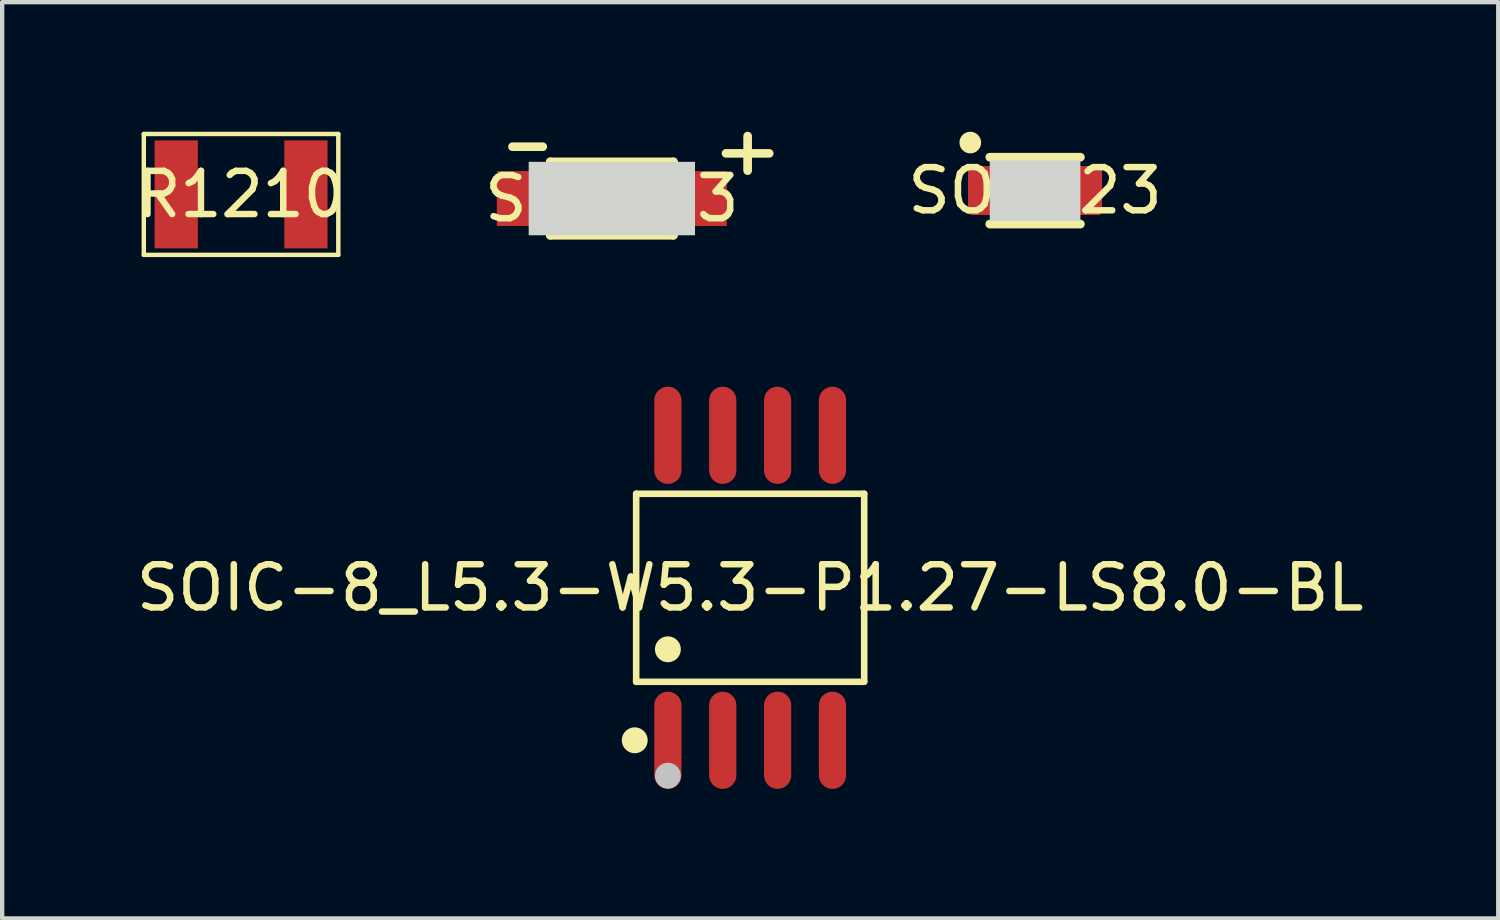
<source format=kicad_pcb>
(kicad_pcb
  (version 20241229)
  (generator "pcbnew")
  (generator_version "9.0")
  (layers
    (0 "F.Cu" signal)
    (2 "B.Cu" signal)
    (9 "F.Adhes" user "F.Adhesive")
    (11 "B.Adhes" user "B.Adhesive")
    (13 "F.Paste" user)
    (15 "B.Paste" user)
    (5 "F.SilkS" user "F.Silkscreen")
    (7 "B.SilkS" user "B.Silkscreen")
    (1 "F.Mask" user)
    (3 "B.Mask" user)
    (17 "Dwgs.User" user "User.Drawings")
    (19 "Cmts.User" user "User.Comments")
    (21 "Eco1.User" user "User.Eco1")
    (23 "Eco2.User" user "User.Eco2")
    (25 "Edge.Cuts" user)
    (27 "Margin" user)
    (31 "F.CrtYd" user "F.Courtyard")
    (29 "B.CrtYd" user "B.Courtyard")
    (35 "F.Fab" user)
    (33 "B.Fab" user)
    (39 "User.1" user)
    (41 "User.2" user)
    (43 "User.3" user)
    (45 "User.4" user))
  (footprint "SOD323"
    (layer "F.Cu")
    (at 20.91 1.363)
    (property "Reference" "SOD323" (at 0 0 0) (layer "F.SilkS") (effects (font (size 1 1) (thickness 0.15))))
    (fp_poly (pts (arc (start -1.5495 0.4625) (mid -1.52065 0.533382) (end -1.4505 0.564)) (arc (start -0.348 0.564) (mid -0.277549 0.533683) (end -0.249 0.4625)) (arc (start -0.249 -0.4625) (mid -0.27785 -0.533382) (end -0.348 -0.564)) (arc (start -1.4505 -0.564) (mid -1.520951 -0.533683) (end -1.5495 -0.4625))) (stroke (width 0) (type default)) (fill yes) (layer "F.Cu"))
    (fp_poly (pts (arc (start -1.5495 0.4625) (mid -1.52065 0.533382) (end -1.4505 0.564)) (arc (start -0.348 0.564) (mid -0.277549 0.533683) (end -0.249 0.4625)) (arc (start -0.249 -0.4625) (mid -0.27785 -0.533382) (end -0.348 -0.564)) (arc (start -1.4505 -0.564) (mid -1.520951 -0.533683) (end -1.5495 -0.4625))) (stroke (width 0) (type default)) (fill yes) (layer "F.Cu"))
    (fp_poly (pts (arc (start 0.249 0.4625) (mid 0.27785 0.533382) (end 0.348 0.564)) (arc (start 1.4505 0.564) (mid 1.520951 0.533683) (end 1.5495 0.4625)) (arc (start 1.5495 -0.4625) (mid 1.52065 -0.533382) (end 1.4505 -0.564)) (arc (start 0.348 -0.564) (mid 0.277549 -0.533683) (end 0.249 -0.4625))) (stroke (width 0) (type default)) (fill yes) (layer "F.Cu"))
    (fp_poly (pts (arc (start 0.249 0.4625) (mid 0.27785 0.533382) (end 0.348 0.564)) (arc (start 1.4505 0.564) (mid 1.520951 0.533683) (end 1.5495 0.4625)) (arc (start 1.5495 -0.4625) (mid 1.52065 -0.533382) (end 1.4505 -0.564)) (arc (start 0.348 -0.564) (mid 0.277549 -0.533683) (end 0.249 -0.4625))) (stroke (width 0) (type default)) (fill yes) (layer "F.Cu"))
    (fp_line (start -1.049 -0.774) (end 1.049 -0.774) (stroke (width 0.201) (type default)) (layer "F.SilkS"))
    (fp_line (start -1.049 0.774) (end 1.049 0.774) (stroke (width 0.201) (type default)) (layer "F.SilkS"))
    (fp_circle (center -1.5 -1.113) (end -1.374 -1.113) (stroke (width 0.249) (type default)) (fill no) (layer "F.SilkS"))
    (fp_poly (pts (arc (start -1.5495 0.4625) (mid -1.52065 0.533382) (end -1.4505 0.564)) (arc (start -0.348 0.564) (mid -0.277549 0.533683) (end -0.249 0.4625)) (arc (start -0.249 -0.4625) (mid -0.27785 -0.533382) (end -0.348 -0.564)) (arc (start -1.4505 -0.564) (mid -1.520951 -0.533683) (end -1.5495 -0.4625))) (stroke (width 0) (type default)) (fill yes) (layer "F.Paste"))
    (fp_poly (pts (arc (start -1.5495 0.4625) (mid -1.52065 0.533382) (end -1.4505 0.564)) (arc (start -0.348 0.564) (mid -0.277549 0.533683) (end -0.249 0.4625)) (arc (start -0.249 -0.4625) (mid -0.27785 -0.533382) (end -0.348 -0.564)) (arc (start -1.4505 -0.564) (mid -1.520951 -0.533683) (end -1.5495 -0.4625))) (stroke (width 0) (type default)) (fill yes) (layer "F.Paste"))
    (fp_poly (pts (arc (start 0.249 0.4625) (mid 0.27785 0.533382) (end 0.348 0.564)) (arc (start 1.4505 0.564) (mid 1.520951 0.533683) (end 1.5495 0.4625)) (arc (start 1.5495 -0.4625) (mid 1.52065 -0.533382) (end 1.4505 -0.564)) (arc (start 0.348 -0.564) (mid 0.277549 -0.533683) (end 0.249 -0.4625))) (stroke (width 0) (type default)) (fill yes) (layer "F.Paste"))
    (fp_poly (pts (arc (start 0.249 0.4625) (mid 0.27785 0.533382) (end 0.348 0.564)) (arc (start 1.4505 0.564) (mid 1.520951 0.533683) (end 1.5495 0.4625)) (arc (start 1.5495 -0.4625) (mid 1.52065 -0.533382) (end 1.4505 -0.564)) (arc (start 0.348 -0.564) (mid 0.277549 -0.533683) (end 0.249 -0.4625))) (stroke (width 0) (type default)) (fill yes) (layer "F.Paste"))
    (fp_poly (pts (xy -1.049 0.701) (xy 1.049 0.701) (xy 1.049 -0.701) (xy -1.049 -0.701)) (stroke (width 0) (type default)) (fill yes) (layer "Edge.Cuts"))
    (fp_line (start -1.049 -0.625) (end -1.049 0.625) (stroke (width 0.201) (type default)) (layer "User.1"))
    (fp_line (start -1.049 -0.625) (end 1.049 -0.625) (stroke (width 0.201) (type default)) (layer "User.1"))
    (fp_line (start -1.049 0.625) (end 1.049 0.625) (stroke (width 0.201) (type default)) (layer "User.1"))
    (fp_line (start -0.95 -0.625) (end -0.95 0.625) (stroke (width 0.201) (type default)) (layer "User.1"))
    (fp_line (start -0.851 -0.625) (end -0.851 0.625) (stroke (width 0.201) (type default)) (layer "User.1"))
    (fp_line (start -0.75 -0.625) (end -0.75 0.625) (stroke (width 0.201) (type default)) (layer "User.1"))
    (fp_line (start -0.65 -0.625) (end -0.65 0.625) (stroke (width 0.201) (type default)) (layer "User.1"))
    (fp_line (start -0.551 -0.625) (end -0.551 0.625) (stroke (width 0.201) (type default)) (layer "User.1"))
    (fp_line (start 1.049 -0.625) (end 1.049 0.625) (stroke (width 0.201) (type default)) (layer "User.1"))
    (fp_poly (pts (xy -1.801 0.874) (xy 1.801 0.874) (xy 1.801 -0.874) (xy -1.801 -0.874)) (stroke (width 0.1) (type default)) (fill no) (layer "User.1"))
    (fp_poly (pts (xy -1.801 0.874) (xy 1.801 0.874) (xy 1.801 -0.874) (xy -1.801 -0.874)) (stroke (width 0.1) (type default)) (fill no) (layer "User.1"))
    (pad "1" smd custom (at 0.899 0 270) (size 0.000001 0.000001) (layers "F.Cu" "F.Mask" "F.Paste") (options (anchor circle)) (primitives (gr_poly (pts (xy 0.013 -0.006) (xy 0.013 0.006) (xy 0.006 0.013) (xy -0.006 0.013) (xy -0.013 0.006) (xy -0.013 -0.006) (xy -0.006 -0.013) (xy 0.006 -0.013)) (width 0) (fill yes))))
    (pad "2" smd custom (at -0.899 0 270) (size 0.000001 0.000001) (layers "F.Cu" "F.Mask" "F.Paste") (options (anchor circle)) (primitives (gr_poly (pts (xy 0.013 -0.006) (xy 0.013 0.006) (xy 0.006 0.013) (xy -0.006 0.013) (xy -0.013 0.006) (xy -0.013 -0.006) (xy -0.006 -0.013) (xy 0.006 -0.013)) (width 0) (fill yes)))))
  (footprint "SOD123"
    (layer "F.Cu")
    (at 11.113 1.546)
    (property "Reference" "SOD123" (at 0 0 0) (layer "F.SilkS") (effects (font (size 1 1) (thickness 0.15))))
    (fp_line (start -2.3 -1.2) (end -1.6 -1.2) (stroke (width 0.2) (type default)) (layer "F.SilkS"))
    (fp_line (start -1.425 -0.85) (end -1.425 0.85) (stroke (width 0.2) (type default)) (layer "F.SilkS"))
    (fp_line (start -1.425 -0.85) (end 1.425 -0.85) (stroke (width 0.2) (type default)) (layer "F.SilkS"))
    (fp_line (start -1.425 0.85) (end 1.425 0.85) (stroke (width 0.2) (type default)) (layer "F.SilkS"))
    (fp_line (start 1.425 -0.85) (end 1.425 0.85) (stroke (width 0.2) (type default)) (layer "F.SilkS"))
    (fp_line (start 2.643 -1.046) (end 3.643 -1.046) (stroke (width 0.2) (type default)) (layer "F.SilkS"))
    (fp_line (start 3.143 -1.446) (end 3.143 -0.646) (stroke (width 0.2) (type default)) (layer "F.SilkS"))
    (fp_poly (pts (xy -1.925 0.85) (xy 1.925 0.85) (xy 1.925 -0.85) (xy -1.925 -0.85)) (stroke (width 0) (type default)) (fill yes) (layer "Edge.Cuts"))
    (fp_line (start -1.925 -0.225) (end -1.925 0.225) (stroke (width 0.2) (type default)) (layer "User.1"))
    (fp_line (start -1.925 -0.225) (end -1.525 -0.225) (stroke (width 0.2) (type default)) (layer "User.1"))
    (fp_line (start -1.925 0.225) (end -1.525 0.225) (stroke (width 0.2) (type default)) (layer "User.1"))
    (fp_line (start -1.525 -0.225) (end -1.525 0.225) (stroke (width 0.2) (type default)) (layer "User.1"))
    (fp_line (start -1.425 -0.85) (end -1.425 0.85) (stroke (width 0.2) (type default)) (layer "User.1"))
    (fp_line (start -1.425 -0.85) (end 1.425 -0.85) (stroke (width 0.2) (type default)) (layer "User.1"))
    (fp_line (start -1.425 0.85) (end 1.425 0.85) (stroke (width 0.2) (type default)) (layer "User.1"))
    (fp_line (start -1.325 -0.85) (end -1.325 0.85) (stroke (width 0.2) (type default)) (layer "User.1"))
    (fp_line (start -1.225 -0.85) (end -1.225 0.85) (stroke (width 0.2) (type default)) (layer "User.1"))
    (fp_line (start -1.125 -0.85) (end -1.125 0.85) (stroke (width 0.2) (type default)) (layer "User.1"))
    (fp_line (start -1.025 -0.85) (end -1.025 0.85) (stroke (width 0.2) (type default)) (layer "User.1"))
    (fp_line (start -0.925 -0.85) (end -0.925 0.85) (stroke (width 0.2) (type default)) (layer "User.1"))
    (fp_line (start -0.825 -0.85) (end -0.825 0.85) (stroke (width 0.2) (type default)) (layer "User.1"))
    (fp_line (start -0.625 -0.85) (end -0.625 0.85) (stroke (width 0.2) (type default)) (layer "User.1"))
    (fp_line (start 1.425 -0.85) (end 1.425 0.85) (stroke (width 0.2) (type default)) (layer "User.1"))
    (fp_line (start 1.525 -0.225) (end 1.525 0.225) (stroke (width 0.2) (type default)) (layer "User.1"))
    (fp_line (start 1.525 -0.225) (end 1.925 -0.225) (stroke (width 0.2) (type default)) (layer "User.1"))
    (fp_line (start 1.525 0.225) (end 1.925 0.225) (stroke (width 0.2) (type default)) (layer "User.1"))
    (fp_line (start 1.925 -0.225) (end 1.925 0.225) (stroke (width 0.2) (type default)) (layer "User.1"))
    (fp_poly (pts (xy -2.125 0.95) (xy 2.125 0.95) (xy 2.125 -0.95) (xy -2.125 -0.95)) (stroke (width 0.1) (type default)) (fill no) (layer "User.1"))
    (fp_poly (pts (xy -2.125 0.95) (xy 2.125 0.95) (xy 2.125 -0.95) (xy -2.125 -0.95)) (stroke (width 0.1) (type default)) (fill no) (layer "User.1"))
    (pad "A" smd rect (at 1.9 0.001 270) (size 1.27 1.524) (layers "F.Cu" "F.Mask" "F.Paste"))
    (pad "C" smd rect (at -1.9 0.001 270) (size 1.27 1.524) (layers "F.Cu" "F.Mask" "F.Paste")))
  (footprint "R1210"
    (layer "F.Cu")
    (at 2.53 1.45)
    (property "Reference" "R1210" (at 0 0 0) (layer "F.SilkS") (effects (font (size 1 1) (thickness 0.15))))
    (fp_line (start -2.251 -1.399) (end -2.251 1.399) (stroke (width 0.102) (type default)) (layer "F.SilkS"))
    (fp_line (start 2.251 -1.399) (end -2.251 -1.399) (stroke (width 0.102) (type default)) (layer "F.SilkS"))
    (fp_line (start 2.251 -1.399) (end 2.251 1.399) (stroke (width 0.102) (type default)) (layer "F.SilkS"))
    (fp_line (start 2.251 1.399) (end -2.251 1.399) (stroke (width 0.102) (type default)) (layer "F.SilkS"))
    (fp_poly (pts (xy -2.002 1.25) (xy -2.002 -1.25) (xy -1.341 -1.25) (xy -1.001 -0.414) (xy -1.001 0.414) (xy -1.341 1.25)) (stroke (width 0) (type default)) (fill yes) (layer "F.Paste"))
    (fp_poly (pts (xy 2.002 -1.25) (xy 2.002 1.25) (xy 1.341 1.25) (xy 1.001 0.414) (xy 1.001 -0.414) (xy 1.341 -1.25)) (stroke (width 0) (type default)) (fill yes) (layer "F.Paste"))
    (fp_line (start -2.251 -1.399) (end -2.251 1.399) (stroke (width 0.025) (type default)) (layer "User.1"))
    (fp_line (start 2.251 -1.399) (end -2.251 -1.399) (stroke (width 0.025) (type default)) (layer "User.1"))
    (fp_line (start 2.251 -1.399) (end 2.251 1.399) (stroke (width 0.025) (type default)) (layer "User.1"))
    (fp_line (start 2.251 1.399) (end -2.251 1.399) (stroke (width 0.025) (type default)) (layer "User.1"))
    (fp_poly (pts (xy -2.251 1.399) (xy -2.251 -1.399) (xy 2.251 -1.399) (xy 2.251 1.399)) (stroke (width 0.1) (type default)) (fill no) (layer "User.1"))
    (fp_poly (pts (xy -2.251 1.399) (xy -2.251 -1.399) (xy 2.251 -1.399) (xy 2.251 1.399)) (stroke (width 0.1) (type default)) (fill no) (layer "User.1"))
    (pad "1" smd rect (at -1.501 0 180) (size 1.001 2.499) (layers "F.Cu" "F.Mask" "F.Paste"))
    (pad "2" smd rect (at 1.501 0 180) (size 1.001 2.499) (layers "F.Cu" "F.Mask" "F.Paste")))
  (footprint "SOIC-8_L5.3-W5.3-P1.27-LS8.0-BL"
    (layer "F.Cu")
    (at 14.315 10.556)
    (property "Reference" "SOIC-8_L5.3-W5.3-P1.27-LS8.0-BL" (at 0 0 0) (layer "F.SilkS") (effects (font (size 1 1) (thickness 0.15))))
    (fp_line (start -2.639 -2.176) (end 2.639 -2.176) (stroke (width 0.152) (type default)) (layer "F.SilkS"))
    (fp_line (start -2.639 2.176) (end -2.639 -2.176) (stroke (width 0.152) (type default)) (layer "F.SilkS"))
    (fp_line (start 2.639 -2.176) (end 2.639 2.176) (stroke (width 0.152) (type default)) (layer "F.SilkS"))
    (fp_line (start 2.639 2.176) (end -2.639 2.176) (stroke (width 0.152) (type default)) (layer "F.SilkS"))
    (fp_circle (center -2.672 3.53) (end -2.522 3.53) (stroke (width 0.3) (type default)) (fill no) (layer "F.SilkS"))
    (fp_circle (center -1.905 1.424) (end -1.755 1.424) (stroke (width 0.3) (type default)) (fill no) (layer "F.SilkS"))
    (fp_circle (center -1.905 4.35) (end -1.755 4.35) (stroke (width 0.3) (type default)) (fill no) (layer "Dwgs.User"))
    (fp_poly (pts (xy -2.13 -3.95) (xy -2.13 -3.3) (xy -1.68 -3.3) (xy -1.68 -3.95)) (stroke (width 0.1) (type default)) (fill no) (layer "User.1"))
    (fp_poly (pts (xy -2.13 -3.31) (xy -2.13 -2.595) (xy -1.68 -2.595) (xy -1.68 -3.31)) (stroke (width 0.1) (type default)) (fill no) (layer "User.1"))
    (fp_poly (pts (xy -2.13 3.31) (xy -2.13 2.595) (xy -1.68 2.595) (xy -1.68 3.31)) (stroke (width 0.1) (type default)) (fill no) (layer "User.1"))
    (fp_poly (pts (xy -2.13 3.95) (xy -2.13 3.3) (xy -1.68 3.3) (xy -1.68 3.95)) (stroke (width 0.1) (type default)) (fill no) (layer "User.1"))
    (fp_poly (pts (xy -0.86 -3.95) (xy -0.86 -3.3) (xy -0.41 -3.3) (xy -0.41 -3.95)) (stroke (width 0.1) (type default)) (fill no) (layer "User.1"))
    (fp_poly (pts (xy -0.86 -3.31) (xy -0.86 -2.595) (xy -0.41 -2.595) (xy -0.41 -3.31)) (stroke (width 0.1) (type default)) (fill no) (layer "User.1"))
    (fp_poly (pts (xy -0.86 3.31) (xy -0.86 2.595) (xy -0.41 2.595) (xy -0.41 3.31)) (stroke (width 0.1) (type default)) (fill no) (layer "User.1"))
    (fp_poly (pts (xy -0.86 3.95) (xy -0.86 3.3) (xy -0.41 3.3) (xy -0.41 3.95)) (stroke (width 0.1) (type default)) (fill no) (layer "User.1"))
    (fp_poly (pts (xy 0.41 -3.95) (xy 0.41 -3.3) (xy 0.86 -3.3) (xy 0.86 -3.95)) (stroke (width 0.1) (type default)) (fill no) (layer "User.1"))
    (fp_poly (pts (xy 0.41 -3.31) (xy 0.41 -2.595) (xy 0.86 -2.595) (xy 0.86 -3.31)) (stroke (width 0.1) (type default)) (fill no) (layer "User.1"))
    (fp_poly (pts (xy 0.41 3.31) (xy 0.41 2.595) (xy 0.86 2.595) (xy 0.86 3.31)) (stroke (width 0.1) (type default)) (fill no) (layer "User.1"))
    (fp_poly (pts (xy 0.41 3.95) (xy 0.41 3.3) (xy 0.86 3.3) (xy 0.86 3.95)) (stroke (width 0.1) (type default)) (fill no) (layer "User.1"))
    (fp_poly (pts (xy 1.68 -3.95) (xy 1.68 -3.3) (xy 2.13 -3.3) (xy 2.13 -3.95)) (stroke (width 0.1) (type default)) (fill no) (layer "User.1"))
    (fp_poly (pts (xy 1.68 -3.31) (xy 1.68 -2.595) (xy 2.13 -2.595) (xy 2.13 -3.31)) (stroke (width 0.1) (type default)) (fill no) (layer "User.1"))
    (fp_poly (pts (xy 1.68 3.31) (xy 1.68 2.595) (xy 2.13 2.595) (xy 2.13 3.31)) (stroke (width 0.1) (type default)) (fill no) (layer "User.1"))
    (fp_poly (pts (xy 1.68 3.95) (xy 1.68 3.3) (xy 2.13 3.3) (xy 2.13 3.95)) (stroke (width 0.1) (type default)) (fill no) (layer "User.1"))
    (fp_line (start -2.615 -2.64) (end 2.615 -2.64) (stroke (width 0.051) (type default)) (layer "User.2"))
    (fp_line (start -2.615 2.64) (end -2.615 -2.64) (stroke (width 0.051) (type default)) (layer "User.2"))
    (fp_line (start 2.615 -2.64) (end 2.615 2.64) (stroke (width 0.051) (type default)) (layer "User.2"))
    (fp_line (start 2.615 2.64) (end -2.615 2.64) (stroke (width 0.051) (type default)) (layer "User.2"))
    (fp_poly (pts (xy -2.525 3.92) (xy -2.543 3.878) (xy -2.585 3.86) (xy -2.627 3.878) (xy -2.645 3.92) (xy -2.627 3.962) (xy -2.585 3.98) (xy -2.543 3.962)) (stroke (width 0.1) (type default)) (fill no) (layer "User.3"))
    (pad "1" smd oval (at -1.905 3.53) (size 0.63 2.25) (layers "F.Cu" "F.Mask" "F.Paste"))
    (pad "2" smd oval (at -0.635 3.53) (size 0.63 2.25) (layers "F.Cu" "F.Mask" "F.Paste"))
    (pad "3" smd oval (at 0.635 3.53) (size 0.63 2.25) (layers "F.Cu" "F.Mask" "F.Paste"))
    (pad "4" smd oval (at 1.905 3.53) (size 0.63 2.25) (layers "F.Cu" "F.Mask" "F.Paste"))
    (pad "5" smd oval (at 1.905 -3.53) (size 0.63 2.25) (layers "F.Cu" "F.Mask" "F.Paste"))
    (pad "6" smd oval (at 0.635 -3.53) (size 0.63 2.25) (layers "F.Cu" "F.Mask" "F.Paste"))
    (pad "7" smd oval (at -0.635 -3.53) (size 0.63 2.25) (layers "F.Cu" "F.Mask" "F.Paste"))
    (pad "8" smd oval (at -1.905 -3.53) (size 0.63 2.25) (layers "F.Cu" "F.Mask" "F.Paste")))
  (gr_rect
    (start -3 -3)
    (end 31.631 18.21)
    (stroke (width 0.1) (type default))
    (fill no)
    (layer "Edge.Cuts")))
</source>
